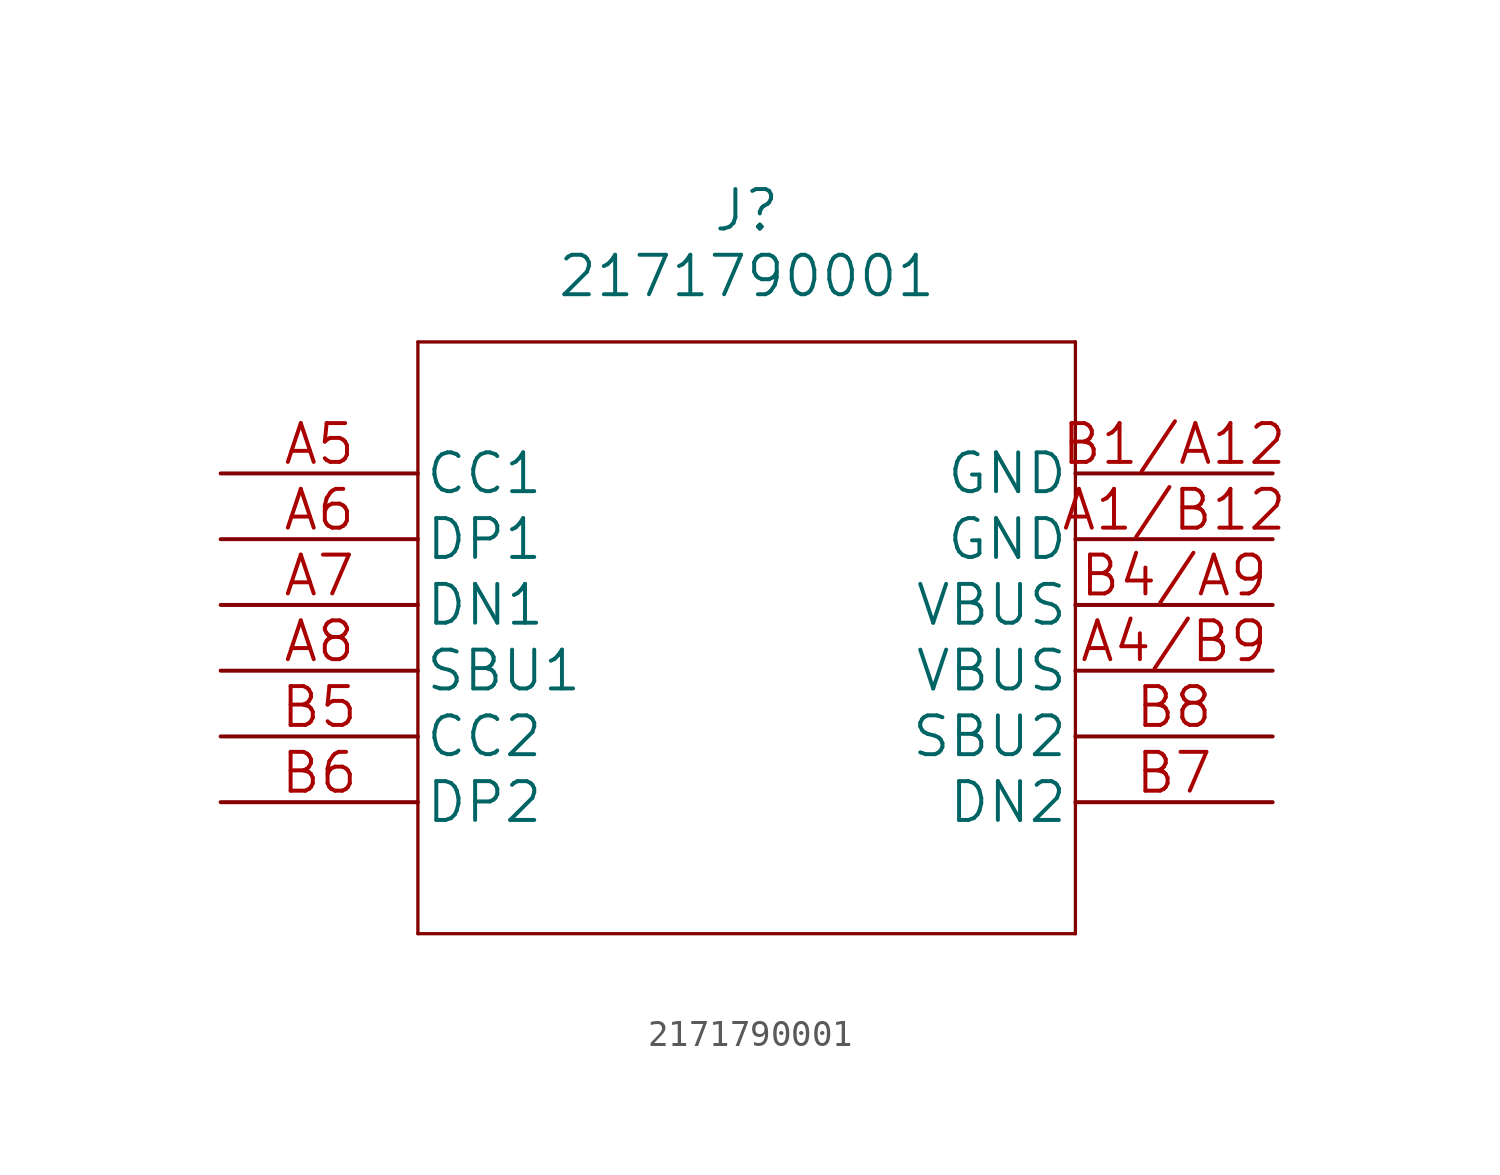
<source format=kicad_sym>
(kicad_symbol_lib
  (version 20211014)
  (generator kicad_symbol_editor)
  (symbol "2171790001"
    (pin_names
      (offset 0.254))
    (property "Reference" "J"
      (at 20.32 10.16 0)
      (effects (font (size 1.524 1.524))))
    (property "Value" "2171790001"
      (at 20.32 7.62 0)
      (effects (font (size 1.524 1.524))))
    (property "Datasheet" ""
      (at 0 0 0)
      (effects (font (size 1.524 1.524))))
    (property "ki_locked" ""
      (at 0 0 0)
      (effects (font (size 1.27 1.27))))
    (symbol "2171790001_1_1"
      (polyline (pts (xy 7.62 -17.78) (xy 33.02 -17.78)) (stroke (width 0.127) (type default) (color 0 0 0 0)) (fill (type none)))
      (polyline (pts (xy 7.62 5.08) (xy 7.62 -17.78)) (stroke (width 0.127) (type default) (color 0 0 0 0)) (fill (type none)))
      (polyline (pts (xy 33.02 -17.78) (xy 33.02 5.08)) (stroke (width 0.127) (type default) (color 0 0 0 0)) (fill (type none)))
      (polyline (pts (xy 33.02 5.08) (xy 7.62 5.08)) (stroke (width 0.127) (type default) (color 0 0 0 0)) (fill (type none)))
      (pin power_in line (at 40.64 -2.54 180) (length 7.62) (name "GND" (effects (font (size 1.499 1.499)))) (number "A1/B12" (effects (font (size 1.499 1.499)))))
      (pin power_in line (at 40.64 -7.62 180) (length 7.62) (name "VBUS" (effects (font (size 1.499 1.499)))) (number "A4/B9" (effects (font (size 1.499 1.499)))))
      (pin bidirectional line (at 0 0 0) (length 7.62) (name "CC1" (effects (font (size 1.499 1.499)))) (number "A5" (effects (font (size 1.499 1.499)))))
      (pin bidirectional line (at 0 -2.54 0) (length 7.62) (name "DP1" (effects (font (size 1.499 1.499)))) (number "A6" (effects (font (size 1.499 1.499)))))
      (pin bidirectional line (at 0 -5.08 0) (length 7.62) (name "DN1" (effects (font (size 1.499 1.499)))) (number "A7" (effects (font (size 1.499 1.499)))))
      (pin bidirectional line (at 0 -7.62 0) (length 7.62) (name "SBU1" (effects (font (size 1.499 1.499)))) (number "A8" (effects (font (size 1.499 1.499)))))
      (pin power_in line (at 40.64 0 180) (length 7.62) (name "GND" (effects (font (size 1.499 1.499)))) (number "B1/A12" (effects (font (size 1.499 1.499)))))
      (pin power_in line (at 40.64 -5.08 180) (length 7.62) (name "VBUS" (effects (font (size 1.499 1.499)))) (number "B4/A9" (effects (font (size 1.499 1.499)))))
      (pin bidirectional line (at 0 -10.16 0) (length 7.62) (name "CC2" (effects (font (size 1.499 1.499)))) (number "B5" (effects (font (size 1.499 1.499)))))
      (pin bidirectional line (at 0 -12.7 0) (length 7.62) (name "DP2" (effects (font (size 1.499 1.499)))) (number "B6" (effects (font (size 1.499 1.499)))))
      (pin bidirectional line (at 40.64 -12.7 180) (length 7.62) (name "DN2" (effects (font (size 1.499 1.499)))) (number "B7" (effects (font (size 1.499 1.499)))))
      (pin bidirectional line (at 40.64 -10.16 180) (length 7.62) (name "SBU2" (effects (font (size 1.499 1.499)))) (number "B8" (effects (font (size 1.499 1.499))))))))
</source>
